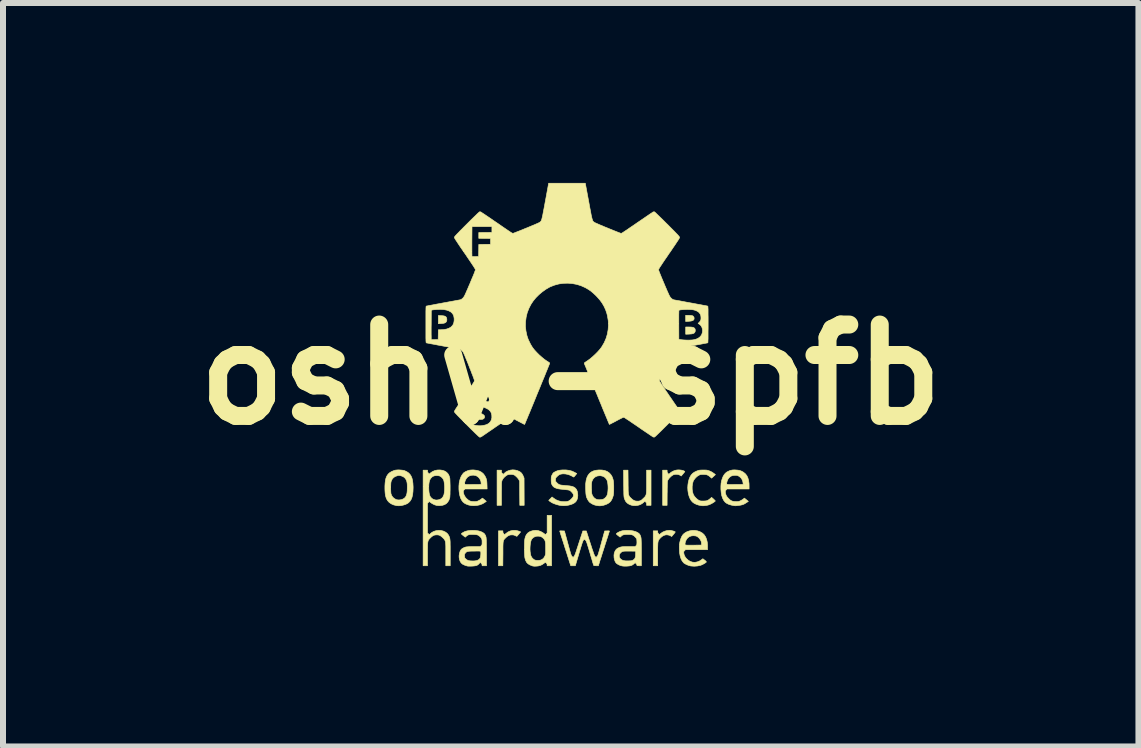
<source format=kicad_pcb>
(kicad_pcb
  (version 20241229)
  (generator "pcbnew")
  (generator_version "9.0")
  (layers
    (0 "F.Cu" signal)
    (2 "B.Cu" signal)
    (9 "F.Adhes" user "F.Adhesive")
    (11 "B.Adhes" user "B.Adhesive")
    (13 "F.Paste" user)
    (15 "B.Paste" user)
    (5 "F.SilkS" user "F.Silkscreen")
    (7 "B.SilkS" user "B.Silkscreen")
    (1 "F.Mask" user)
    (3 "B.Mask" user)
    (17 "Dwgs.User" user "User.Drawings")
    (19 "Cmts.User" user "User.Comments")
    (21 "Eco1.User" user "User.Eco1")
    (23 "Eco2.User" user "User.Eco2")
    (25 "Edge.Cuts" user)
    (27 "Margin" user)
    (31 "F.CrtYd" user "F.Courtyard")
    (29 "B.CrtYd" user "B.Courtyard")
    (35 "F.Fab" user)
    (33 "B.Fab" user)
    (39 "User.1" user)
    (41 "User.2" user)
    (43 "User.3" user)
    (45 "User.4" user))
  (footprint "oshw-spfb"
    (layer "F.Cu")
    (at 6.466 3.196)
    (property "Reference" "oshw-spfb" (at 0 0 0) (layer "F.SilkS") (effects (font (size 1.524 1.524) (thickness 0.3))))
    (attr through_hole)
    (fp_poly (pts (xy -2.16 -0.983) (xy -2.13 -0.981) (xy -2.107 -0.977) (xy -2.09 -0.97) (xy -2.078 -0.96) (xy -2.071 -0.948) (xy -2.066 -0.927) (xy -2.066 -0.905) (xy -2.073 -0.884) (xy -2.076 -0.879) (xy -2.087 -0.868) (xy -2.103 -0.86) (xy -2.127 -0.854) (xy -2.158 -0.851) (xy -2.162 -0.851) (xy -2.207 -0.849) (xy -2.207 -0.985) (xy -2.16 -0.983)) (stroke (width 0.01) (type solid)) (fill yes) (layer "F.SilkS"))
    (fp_poly (pts (xy 1.972 -0.988) (xy 1.996 -0.987) (xy 2.013 -0.985) (xy 2.025 -0.983) (xy 2.033 -0.98) (xy 2.04 -0.976) (xy 2.052 -0.962) (xy 2.058 -0.944) (xy 2.056 -0.926) (xy 2.055 -0.921) (xy 2.046 -0.909) (xy 2.034 -0.901) (xy 2.015 -0.895) (xy 1.99 -0.891) (xy 1.966 -0.889) (xy 1.917 -0.885) (xy 1.917 -0.989) (xy 1.972 -0.988)) (stroke (width 0.01) (type solid)) (fill yes) (layer "F.SilkS"))
    (fp_poly (pts (xy 1.971 -0.794) (xy 2.004 -0.793) (xy 2.03 -0.79) (xy 2.05 -0.784) (xy 2.063 -0.775) (xy 2.068 -0.77) (xy 2.075 -0.756) (xy 2.077 -0.737) (xy 2.075 -0.718) (xy 2.071 -0.71) (xy 2.064 -0.698) (xy 2.052 -0.689) (xy 2.036 -0.683) (xy 2.013 -0.678) (xy 1.983 -0.676) (xy 1.971 -0.675) (xy 1.917 -0.673) (xy 1.917 -0.794) (xy 1.971 -0.794)) (stroke (width 0.01) (type solid)) (fill yes) (layer "F.SilkS"))
    (fp_poly (pts (xy -0.906 2.6) (xy -0.887 2.604) (xy -0.867 2.61) (xy -0.855 2.614) (xy -0.835 2.623) (xy -0.864 2.658) (xy -0.877 2.673) (xy -0.888 2.686) (xy -0.895 2.694) (xy -0.897 2.695) (xy -0.903 2.695) (xy -0.914 2.69) (xy -0.925 2.685) (xy -0.943 2.677) (xy -0.96 2.673) (xy -0.979 2.672) (xy -1.007 2.674) (xy -1.03 2.681) (xy -1.053 2.694) (xy -1.077 2.714) (xy -1.08 2.717) (xy -1.091 2.728) (xy -1.101 2.737) (xy -1.108 2.746) (xy -1.115 2.755) (xy -1.119 2.765) (xy -1.123 2.777) (xy -1.126 2.792) (xy -1.128 2.812) (xy -1.129 2.836) (xy -1.13 2.866) (xy -1.13 2.902) (xy -1.13 2.946) (xy -1.13 2.985) (xy -1.132 3.187) (xy -1.205 3.187) (xy -1.205 2.605) (xy -1.131 2.605) (xy -1.131 2.622) (xy -1.129 2.636) (xy -1.121 2.649) (xy -1.117 2.654) (xy -1.102 2.669) (xy -1.08 2.649) (xy -1.046 2.624) (xy -1.008 2.607) (xy -0.967 2.598) (xy -0.926 2.597) (xy -0.906 2.6)) (stroke (width 0.01) (type solid)) (fill yes) (layer "F.SilkS"))
    (fp_poly (pts (xy 1.662 2.597) (xy 1.679 2.6) (xy 1.698 2.605) (xy 1.717 2.61) (xy 1.732 2.616) (xy 1.741 2.621) (xy 1.743 2.623) (xy 1.741 2.628) (xy 1.734 2.638) (xy 1.724 2.652) (xy 1.714 2.663) (xy 1.683 2.7) (xy 1.667 2.69) (xy 1.648 2.68) (xy 1.624 2.674) (xy 1.601 2.671) (xy 1.585 2.672) (xy 1.556 2.68) (xy 1.53 2.694) (xy 1.504 2.715) (xy 1.494 2.725) (xy 1.484 2.736) (xy 1.476 2.745) (xy 1.469 2.755) (xy 1.463 2.765) (xy 1.459 2.776) (xy 1.456 2.791) (xy 1.453 2.808) (xy 1.452 2.83) (xy 1.451 2.858) (xy 1.45 2.891) (xy 1.45 2.932) (xy 1.45 2.98) (xy 1.45 2.996) (xy 1.45 3.187) (xy 1.376 3.187) (xy 1.376 2.605) (xy 1.45 2.605) (xy 1.45 2.622) (xy 1.452 2.636) (xy 1.46 2.649) (xy 1.465 2.654) (xy 1.479 2.669) (xy 1.5 2.65) (xy 1.53 2.628) (xy 1.567 2.611) (xy 1.606 2.6) (xy 1.645 2.597) (xy 1.662 2.597)) (stroke (width 0.01) (type solid)) (fill yes) (layer "F.SilkS"))
    (fp_poly (pts (xy 1.839 1.592) (xy 1.868 1.598) (xy 1.878 1.602) (xy 1.892 1.608) (xy 1.9 1.614) (xy 1.903 1.616) (xy 1.901 1.62) (xy 1.894 1.629) (xy 1.883 1.643) (xy 1.866 1.663) (xy 1.855 1.676) (xy 1.843 1.691) (xy 1.823 1.678) (xy 1.801 1.668) (xy 1.773 1.663) (xy 1.744 1.663) (xy 1.716 1.669) (xy 1.713 1.67) (xy 1.696 1.679) (xy 1.677 1.693) (xy 1.657 1.712) (xy 1.639 1.731) (xy 1.625 1.751) (xy 1.617 1.766) (xy 1.615 1.773) (xy 1.613 1.783) (xy 1.612 1.796) (xy 1.611 1.815) (xy 1.61 1.839) (xy 1.61 1.87) (xy 1.609 1.908) (xy 1.609 1.954) (xy 1.608 1.982) (xy 1.607 2.18) (xy 1.533 2.18) (xy 1.533 1.593) (xy 1.607 1.593) (xy 1.607 1.613) (xy 1.609 1.628) (xy 1.614 1.639) (xy 1.622 1.648) (xy 1.638 1.663) (xy 1.649 1.65) (xy 1.667 1.634) (xy 1.691 1.618) (xy 1.718 1.605) (xy 1.743 1.596) (xy 1.773 1.59) (xy 1.806 1.589) (xy 1.839 1.592)) (stroke (width 0.01) (type solid)) (fill yes) (layer "F.SilkS"))
    (fp_poly (pts (xy -0.927 1.591) (xy -0.888 1.601) (xy -0.851 1.618) (xy -0.845 1.622) (xy -0.828 1.635) (xy -0.815 1.65) (xy -0.802 1.67) (xy -0.79 1.696) (xy -0.778 1.725) (xy -0.777 1.952) (xy -0.776 2.18) (xy -0.849 2.18) (xy -0.851 1.978) (xy -0.852 1.776) (xy -0.864 1.753) (xy -0.877 1.734) (xy -0.894 1.714) (xy -0.914 1.695) (xy -0.933 1.679) (xy -0.942 1.674) (xy -0.962 1.667) (xy -0.987 1.664) (xy -1.013 1.664) (xy -1.038 1.667) (xy -1.048 1.669) (xy -1.07 1.68) (xy -1.093 1.698) (xy -1.115 1.719) (xy -1.133 1.742) (xy -1.145 1.765) (xy -1.145 1.765) (xy -1.147 1.772) (xy -1.149 1.779) (xy -1.151 1.787) (xy -1.152 1.797) (xy -1.153 1.809) (xy -1.154 1.826) (xy -1.154 1.847) (xy -1.154 1.874) (xy -1.154 1.907) (xy -1.155 1.948) (xy -1.155 1.986) (xy -1.155 2.18) (xy -1.228 2.18) (xy -1.228 1.593) (xy -1.155 1.593) (xy -1.155 1.613) (xy -1.153 1.628) (xy -1.148 1.639) (xy -1.139 1.648) (xy -1.124 1.663) (xy -1.11 1.648) (xy -1.081 1.623) (xy -1.046 1.605) (xy -1.008 1.593) (xy -0.968 1.588) (xy -0.927 1.591)) (stroke (width 0.01) (type solid)) (fill yes) (layer "F.SilkS"))
    (fp_poly (pts (xy 0.957 1.791) (xy 0.957 1.842) (xy 0.958 1.884) (xy 0.958 1.919) (xy 0.959 1.948) (xy 0.961 1.971) (xy 0.963 1.99) (xy 0.966 2.005) (xy 0.971 2.017) (xy 0.976 2.027) (xy 0.983 2.037) (xy 0.991 2.047) (xy 1.002 2.057) (xy 1.006 2.061) (xy 1.032 2.085) (xy 1.058 2.1) (xy 1.085 2.109) (xy 1.108 2.11) (xy 1.132 2.11) (xy 1.151 2.106) (xy 1.168 2.099) (xy 1.185 2.088) (xy 1.204 2.07) (xy 1.213 2.062) (xy 1.225 2.05) (xy 1.235 2.04) (xy 1.243 2.03) (xy 1.249 2.019) (xy 1.255 2.007) (xy 1.258 1.993) (xy 1.261 1.976) (xy 1.263 1.954) (xy 1.264 1.928) (xy 1.265 1.895) (xy 1.265 1.856) (xy 1.265 1.808) (xy 1.265 1.781) (xy 1.265 1.593) (xy 1.339 1.593) (xy 1.339 2.18) (xy 1.265 2.18) (xy 1.265 2.16) (xy 1.264 2.145) (xy 1.258 2.134) (xy 1.25 2.125) (xy 1.235 2.111) (xy 1.217 2.129) (xy 1.189 2.151) (xy 1.156 2.169) (xy 1.119 2.18) (xy 1.08 2.185) (xy 1.044 2.184) (xy 1.007 2.176) (xy 0.973 2.162) (xy 0.945 2.144) (xy 0.923 2.122) (xy 0.918 2.115) (xy 0.909 2.099) (xy 0.9 2.079) (xy 0.895 2.064) (xy 0.892 2.057) (xy 0.891 2.05) (xy 0.889 2.042) (xy 0.888 2.032) (xy 0.887 2.019) (xy 0.886 2.003) (xy 0.885 1.982) (xy 0.885 1.956) (xy 0.884 1.924) (xy 0.884 1.884) (xy 0.883 1.837) (xy 0.883 1.814) (xy 0.881 1.593) (xy 0.955 1.593) (xy 0.957 1.791)) (stroke (width 0.01) (type solid)) (fill yes) (layer "F.SilkS"))
    (fp_poly (pts (xy -0.319 3.187) (xy -0.393 3.187) (xy -0.393 3.172) (xy -0.396 3.156) (xy -0.407 3.142) (xy -0.421 3.128) (xy -0.45 3.15) (xy -0.481 3.17) (xy -0.51 3.183) (xy -0.543 3.191) (xy -0.577 3.194) (xy -0.603 3.195) (xy -0.622 3.193) (xy -0.639 3.19) (xy -0.647 3.187) (xy -0.683 3.172) (xy -0.712 3.154) (xy -0.734 3.132) (xy -0.75 3.103) (xy -0.761 3.068) (xy -0.765 3.051) (xy -0.767 3.031) (xy -0.769 3.003) (xy -0.771 2.97) (xy -0.772 2.934) (xy -0.772 2.912) (xy -0.679 2.912) (xy -0.677 2.949) (xy -0.672 2.984) (xy -0.666 3.014) (xy -0.66 3.029) (xy -0.647 3.052) (xy -0.628 3.072) (xy -0.608 3.087) (xy -0.598 3.092) (xy -0.576 3.097) (xy -0.55 3.098) (xy -0.523 3.097) (xy -0.5 3.092) (xy -0.497 3.091) (xy -0.472 3.078) (xy -0.45 3.058) (xy -0.433 3.031) (xy -0.429 3.021) (xy -0.425 3.012) (xy -0.422 3.003) (xy -0.42 2.992) (xy -0.419 2.979) (xy -0.418 2.962) (xy -0.418 2.939) (xy -0.418 2.908) (xy -0.418 2.898) (xy -0.418 2.859) (xy -0.419 2.828) (xy -0.421 2.804) (xy -0.424 2.785) (xy -0.429 2.769) (xy -0.435 2.756) (xy -0.444 2.743) (xy -0.451 2.734) (xy -0.475 2.713) (xy -0.503 2.699) (xy -0.531 2.694) (xy -0.567 2.694) (xy -0.598 2.703) (xy -0.626 2.718) (xy -0.647 2.74) (xy -0.654 2.75) (xy -0.663 2.772) (xy -0.67 2.801) (xy -0.675 2.836) (xy -0.678 2.873) (xy -0.679 2.912) (xy -0.772 2.912) (xy -0.772 2.896) (xy -0.772 2.857) (xy -0.771 2.821) (xy -0.77 2.788) (xy -0.768 2.761) (xy -0.765 2.741) (xy -0.765 2.74) (xy -0.755 2.701) (xy -0.739 2.669) (xy -0.718 2.643) (xy -0.69 2.623) (xy -0.667 2.612) (xy -0.624 2.6) (xy -0.582 2.596) (xy -0.539 2.602) (xy -0.498 2.617) (xy -0.457 2.641) (xy -0.445 2.65) (xy -0.421 2.669) (xy -0.393 2.639) (xy -0.393 2.346) (xy -0.319 2.346) (xy -0.319 3.187)) (stroke (width 0.01) (type solid)) (fill yes) (layer "F.SilkS"))
    (fp_poly (pts (xy 2.236 1.591) (xy 2.256 1.592) (xy 2.271 1.593) (xy 2.283 1.596) (xy 2.296 1.6) (xy 2.309 1.604) (xy 2.352 1.624) (xy 2.391 1.65) (xy 2.401 1.659) (xy 2.413 1.668) (xy 2.349 1.727) (xy 2.327 1.707) (xy 2.305 1.689) (xy 2.285 1.677) (xy 2.264 1.669) (xy 2.24 1.666) (xy 2.212 1.665) (xy 2.189 1.665) (xy 2.173 1.666) (xy 2.16 1.668) (xy 2.149 1.672) (xy 2.138 1.678) (xy 2.114 1.692) (xy 2.09 1.713) (xy 2.069 1.736) (xy 2.051 1.761) (xy 2.041 1.781) (xy 2.031 1.821) (xy 2.025 1.865) (xy 2.025 1.911) (xy 2.031 1.955) (xy 2.042 1.993) (xy 2.053 2.015) (xy 2.07 2.038) (xy 2.091 2.061) (xy 2.114 2.081) (xy 2.136 2.096) (xy 2.147 2.101) (xy 2.158 2.105) (xy 2.17 2.107) (xy 2.186 2.108) (xy 2.209 2.108) (xy 2.21 2.108) (xy 2.24 2.107) (xy 2.265 2.104) (xy 2.285 2.096) (xy 2.304 2.085) (xy 2.325 2.068) (xy 2.327 2.066) (xy 2.349 2.047) (xy 2.38 2.074) (xy 2.393 2.087) (xy 2.404 2.098) (xy 2.41 2.105) (xy 2.411 2.106) (xy 2.407 2.112) (xy 2.397 2.12) (xy 2.382 2.131) (xy 2.364 2.142) (xy 2.346 2.152) (xy 2.328 2.161) (xy 2.317 2.166) (xy 2.301 2.172) (xy 2.286 2.176) (xy 2.27 2.18) (xy 2.249 2.183) (xy 2.223 2.186) (xy 2.219 2.186) (xy 2.207 2.187) (xy 2.19 2.186) (xy 2.174 2.184) (xy 2.133 2.176) (xy 2.094 2.163) (xy 2.059 2.146) (xy 2.034 2.128) (xy 2.009 2.101) (xy 1.989 2.067) (xy 1.973 2.027) (xy 1.961 1.983) (xy 1.954 1.936) (xy 1.951 1.887) (xy 1.954 1.838) (xy 1.961 1.791) (xy 1.973 1.745) (xy 1.989 1.706) (xy 2.009 1.673) (xy 2.034 1.646) (xy 2.065 1.625) (xy 2.103 1.607) (xy 2.112 1.604) (xy 2.126 1.599) (xy 2.14 1.595) (xy 2.154 1.593) (xy 2.172 1.592) (xy 2.195 1.591) (xy 2.21 1.591) (xy 2.236 1.591)) (stroke (width 0.01) (type solid)) (fill yes) (layer "F.SilkS"))
    (fp_poly (pts (xy -2.835 1.591) (xy -2.805 1.594) (xy -2.78 1.599) (xy -2.77 1.602) (xy -2.735 1.618) (xy -2.705 1.638) (xy -2.681 1.662) (xy -2.662 1.691) (xy -2.647 1.726) (xy -2.637 1.767) (xy -2.631 1.815) (xy -2.628 1.871) (xy -2.628 1.89) (xy -2.63 1.949) (xy -2.636 2) (xy -2.646 2.044) (xy -2.66 2.08) (xy -2.68 2.111) (xy -2.703 2.135) (xy -2.719 2.147) (xy -2.751 2.163) (xy -2.788 2.175) (xy -2.827 2.184) (xy -2.866 2.187) (xy -2.902 2.185) (xy -2.906 2.184) (xy -2.954 2.172) (xy -2.994 2.154) (xy -3.028 2.13) (xy -3.055 2.1) (xy -3.074 2.065) (xy -3.08 2.047) (xy -3.089 2.015) (xy -3.094 1.979) (xy -3.097 1.938) (xy -3.098 1.905) (xy -3.002 1.905) (xy -3.001 1.934) (xy -3 1.959) (xy -2.998 1.979) (xy -2.997 1.986) (xy -2.986 2.016) (xy -2.967 2.044) (xy -2.942 2.066) (xy -2.913 2.082) (xy -2.902 2.086) (xy -2.876 2.09) (xy -2.848 2.089) (xy -2.821 2.084) (xy -2.809 2.08) (xy -2.784 2.068) (xy -2.764 2.052) (xy -2.749 2.032) (xy -2.738 2.007) (xy -2.73 1.976) (xy -2.726 1.938) (xy -2.725 1.892) (xy -2.725 1.891) (xy -2.725 1.854) (xy -2.726 1.825) (xy -2.729 1.802) (xy -2.733 1.783) (xy -2.738 1.766) (xy -2.746 1.751) (xy -2.749 1.745) (xy -2.768 1.72) (xy -2.793 1.702) (xy -2.825 1.689) (xy -2.833 1.687) (xy -2.85 1.683) (xy -2.864 1.682) (xy -2.877 1.683) (xy -2.893 1.687) (xy -2.927 1.699) (xy -2.955 1.718) (xy -2.976 1.742) (xy -2.992 1.774) (xy -2.995 1.785) (xy -2.998 1.799) (xy -3 1.82) (xy -3.001 1.846) (xy -3.002 1.875) (xy -3.002 1.905) (xy -3.098 1.905) (xy -3.098 1.891) (xy -3.098 1.857) (xy -3.095 1.808) (xy -3.09 1.768) (xy -3.083 1.734) (xy -3.073 1.706) (xy -3.06 1.681) (xy -3.043 1.658) (xy -3.035 1.65) (xy -3.015 1.633) (xy -2.988 1.617) (xy -2.958 1.604) (xy -2.929 1.594) (xy -2.921 1.593) (xy -2.896 1.59) (xy -2.866 1.589) (xy -2.835 1.591)) (stroke (width 0.01) (type solid)) (fill yes) (layer "F.SilkS"))
    (fp_poly (pts (xy -1.616 1.59) (xy -1.567 1.596) (xy -1.524 1.608) (xy -1.488 1.627) (xy -1.458 1.652) (xy -1.436 1.681) (xy -1.422 1.706) (xy -1.411 1.73) (xy -1.404 1.755) (xy -1.399 1.783) (xy -1.397 1.817) (xy -1.396 1.839) (xy -1.394 1.907) (xy -1.762 1.907) (xy -1.778 1.923) (xy -1.786 1.933) (xy -1.791 1.941) (xy -1.791 1.951) (xy -1.79 1.965) (xy -1.781 1.999) (xy -1.764 2.032) (xy -1.741 2.062) (xy -1.732 2.07) (xy -1.709 2.09) (xy -1.688 2.104) (xy -1.666 2.112) (xy -1.641 2.116) (xy -1.614 2.117) (xy -1.592 2.117) (xy -1.576 2.116) (xy -1.563 2.113) (xy -1.55 2.109) (xy -1.538 2.103) (xy -1.519 2.093) (xy -1.502 2.083) (xy -1.49 2.074) (xy -1.473 2.059) (xy -1.458 2.07) (xy -1.445 2.081) (xy -1.43 2.093) (xy -1.425 2.098) (xy -1.407 2.113) (xy -1.428 2.128) (xy -1.468 2.153) (xy -1.514 2.171) (xy -1.563 2.182) (xy -1.614 2.186) (xy -1.656 2.184) (xy -1.704 2.174) (xy -1.748 2.157) (xy -1.77 2.145) (xy -1.797 2.123) (xy -1.819 2.093) (xy -1.838 2.055) (xy -1.851 2.01) (xy -1.86 1.958) (xy -1.864 1.914) (xy -1.864 1.856) (xy -1.86 1.816) (xy -1.769 1.816) (xy -1.768 1.822) (xy -1.765 1.826) (xy -1.758 1.83) (xy -1.747 1.832) (xy -1.73 1.833) (xy -1.708 1.833) (xy -1.678 1.833) (xy -1.64 1.832) (xy -1.629 1.832) (xy -1.494 1.831) (xy -1.494 1.806) (xy -1.499 1.775) (xy -1.512 1.746) (xy -1.531 1.719) (xy -1.555 1.698) (xy -1.582 1.684) (xy -1.583 1.684) (xy -1.617 1.677) (xy -1.651 1.678) (xy -1.684 1.687) (xy -1.713 1.703) (xy -1.72 1.709) (xy -1.741 1.733) (xy -1.757 1.762) (xy -1.766 1.792) (xy -1.767 1.797) (xy -1.768 1.808) (xy -1.769 1.816) (xy -1.86 1.816) (xy -1.859 1.801) (xy -1.847 1.75) (xy -1.831 1.706) (xy -1.815 1.677) (xy -1.8 1.656) (xy -1.787 1.64) (xy -1.772 1.629) (xy -1.752 1.617) (xy -1.75 1.616) (xy -1.717 1.602) (xy -1.684 1.593) (xy -1.648 1.59) (xy -1.616 1.59)) (stroke (width 0.01) (type solid)) (fill yes) (layer "F.SilkS"))
    (fp_poly (pts (xy 0.52 1.591) (xy 0.566 1.599) (xy 0.606 1.614) (xy 0.64 1.637) (xy 0.668 1.666) (xy 0.69 1.702) (xy 0.705 1.744) (xy 0.709 1.762) (xy 0.713 1.785) (xy 0.715 1.815) (xy 0.717 1.849) (xy 0.717 1.885) (xy 0.717 1.922) (xy 0.716 1.956) (xy 0.714 1.986) (xy 0.711 2.009) (xy 0.71 2.014) (xy 0.699 2.05) (xy 0.684 2.084) (xy 0.666 2.113) (xy 0.656 2.123) (xy 0.635 2.141) (xy 0.607 2.157) (xy 0.576 2.17) (xy 0.543 2.18) (xy 0.533 2.182) (xy 0.507 2.186) (xy 0.486 2.188) (xy 0.466 2.187) (xy 0.443 2.184) (xy 0.43 2.182) (xy 0.398 2.174) (xy 0.366 2.161) (xy 0.337 2.144) (xy 0.313 2.127) (xy 0.311 2.124) (xy 0.294 2.103) (xy 0.278 2.075) (xy 0.265 2.046) (xy 0.259 2.025) (xy 0.256 2.008) (xy 0.253 1.984) (xy 0.251 1.954) (xy 0.25 1.922) (xy 0.249 1.891) (xy 0.346 1.891) (xy 0.346 1.922) (xy 0.348 1.949) (xy 0.35 1.973) (xy 0.352 1.99) (xy 0.353 1.993) (xy 0.367 2.025) (xy 0.387 2.051) (xy 0.414 2.072) (xy 0.434 2.081) (xy 0.452 2.085) (xy 0.475 2.087) (xy 0.5 2.085) (xy 0.524 2.082) (xy 0.543 2.077) (xy 0.547 2.075) (xy 0.573 2.057) (xy 0.595 2.032) (xy 0.605 2.014) (xy 0.613 1.992) (xy 0.618 1.964) (xy 0.621 1.931) (xy 0.623 1.895) (xy 0.622 1.859) (xy 0.619 1.824) (xy 0.614 1.792) (xy 0.607 1.767) (xy 0.603 1.757) (xy 0.584 1.729) (xy 0.56 1.707) (xy 0.53 1.693) (xy 0.495 1.686) (xy 0.48 1.686) (xy 0.446 1.69) (xy 0.415 1.702) (xy 0.389 1.722) (xy 0.368 1.748) (xy 0.354 1.778) (xy 0.351 1.791) (xy 0.348 1.809) (xy 0.346 1.833) (xy 0.346 1.861) (xy 0.346 1.891) (xy 0.249 1.891) (xy 0.249 1.889) (xy 0.249 1.857) (xy 0.249 1.828) (xy 0.25 1.815) (xy 0.257 1.763) (xy 0.27 1.717) (xy 0.288 1.68) (xy 0.312 1.648) (xy 0.342 1.624) (xy 0.379 1.606) (xy 0.422 1.595) (xy 0.469 1.59) (xy 0.52 1.591)) (stroke (width 0.01) (type solid)) (fill yes) (layer "F.SilkS"))
    (fp_poly (pts (xy 2.117 2.606) (xy 2.163 2.623) (xy 2.163 2.624) (xy 2.196 2.643) (xy 2.223 2.668) (xy 2.244 2.699) (xy 2.251 2.711) (xy 2.266 2.75) (xy 2.276 2.792) (xy 2.281 2.841) (xy 2.281 2.868) (xy 2.281 2.919) (xy 1.914 2.919) (xy 1.898 2.935) (xy 1.889 2.945) (xy 1.885 2.953) (xy 1.884 2.963) (xy 1.885 2.976) (xy 1.891 3.004) (xy 1.902 3.03) (xy 1.919 3.055) (xy 1.932 3.07) (xy 1.964 3.098) (xy 1.998 3.117) (xy 2.034 3.128) (xy 2.072 3.13) (xy 2.11 3.123) (xy 2.148 3.108) (xy 2.185 3.084) (xy 2.186 3.084) (xy 2.203 3.07) (xy 2.218 3.082) (xy 2.238 3.097) (xy 2.251 3.108) (xy 2.258 3.116) (xy 2.261 3.122) (xy 2.26 3.126) (xy 2.259 3.128) (xy 2.25 3.135) (xy 2.236 3.145) (xy 2.217 3.156) (xy 2.198 3.166) (xy 2.18 3.174) (xy 2.168 3.179) (xy 2.114 3.191) (xy 2.059 3.195) (xy 2.004 3.191) (xy 1.993 3.189) (xy 1.965 3.181) (xy 1.936 3.17) (xy 1.909 3.156) (xy 1.887 3.142) (xy 1.879 3.134) (xy 1.856 3.104) (xy 1.838 3.067) (xy 1.824 3.022) (xy 1.815 2.97) (xy 1.812 2.916) (xy 1.811 2.87) (xy 1.813 2.83) (xy 1.814 2.827) (xy 1.906 2.827) (xy 1.908 2.838) (xy 1.908 2.839) (xy 1.912 2.841) (xy 1.92 2.842) (xy 1.933 2.843) (xy 1.952 2.844) (xy 1.978 2.844) (xy 2.012 2.844) (xy 2.048 2.844) (xy 2.182 2.842) (xy 2.181 2.821) (xy 2.177 2.787) (xy 2.164 2.757) (xy 2.144 2.73) (xy 2.138 2.724) (xy 2.119 2.707) (xy 2.1 2.695) (xy 2.078 2.689) (xy 2.052 2.687) (xy 2.04 2.686) (xy 2.006 2.691) (xy 1.976 2.703) (xy 1.95 2.723) (xy 1.929 2.749) (xy 1.914 2.782) (xy 1.907 2.81) (xy 1.906 2.827) (xy 1.814 2.827) (xy 1.819 2.794) (xy 1.828 2.76) (xy 1.838 2.73) (xy 1.853 2.696) (xy 1.87 2.67) (xy 1.891 2.649) (xy 1.918 2.631) (xy 1.93 2.624) (xy 1.975 2.607) (xy 2.022 2.598) (xy 2.07 2.598) (xy 2.117 2.606)) (stroke (width 0.01) (type solid)) (fill yes) (layer "F.SilkS"))
    (fp_poly (pts (xy 2.75 1.59) (xy 2.788 1.593) (xy 2.819 1.599) (xy 2.848 1.61) (xy 2.876 1.625) (xy 2.884 1.631) (xy 2.913 1.655) (xy 2.937 1.686) (xy 2.954 1.722) (xy 2.966 1.765) (xy 2.973 1.815) (xy 2.974 1.858) (xy 2.974 1.907) (xy 2.606 1.907) (xy 2.592 1.923) (xy 2.582 1.934) (xy 2.578 1.947) (xy 2.578 1.962) (xy 2.582 1.983) (xy 2.583 1.989) (xy 2.591 2.011) (xy 2.6 2.029) (xy 2.615 2.048) (xy 2.635 2.069) (xy 2.637 2.071) (xy 2.659 2.091) (xy 2.68 2.104) (xy 2.702 2.112) (xy 2.727 2.116) (xy 2.755 2.117) (xy 2.777 2.117) (xy 2.793 2.116) (xy 2.807 2.113) (xy 2.82 2.108) (xy 2.831 2.103) (xy 2.849 2.093) (xy 2.867 2.083) (xy 2.878 2.074) (xy 2.896 2.059) (xy 2.917 2.077) (xy 2.931 2.088) (xy 2.944 2.099) (xy 2.95 2.104) (xy 2.962 2.114) (xy 2.926 2.137) (xy 2.903 2.152) (xy 2.881 2.163) (xy 2.858 2.171) (xy 2.831 2.177) (xy 2.799 2.182) (xy 2.762 2.186) (xy 2.746 2.187) (xy 2.732 2.186) (xy 2.682 2.177) (xy 2.64 2.165) (xy 2.605 2.149) (xy 2.578 2.13) (xy 2.573 2.125) (xy 2.551 2.097) (xy 2.532 2.06) (xy 2.518 2.017) (xy 2.509 1.967) (xy 2.504 1.911) (xy 2.504 1.86) (xy 2.507 1.815) (xy 2.507 1.814) (xy 2.6 1.814) (xy 2.6 1.821) (xy 2.603 1.826) (xy 2.609 1.829) (xy 2.62 1.831) (xy 2.637 1.833) (xy 2.659 1.833) (xy 2.689 1.833) (xy 2.727 1.832) (xy 2.74 1.832) (xy 2.875 1.831) (xy 2.874 1.81) (xy 2.868 1.777) (xy 2.855 1.746) (xy 2.835 1.719) (xy 2.81 1.698) (xy 2.794 1.689) (xy 2.776 1.682) (xy 2.755 1.679) (xy 2.739 1.679) (xy 2.702 1.683) (xy 2.671 1.694) (xy 2.645 1.714) (xy 2.624 1.74) (xy 2.609 1.773) (xy 2.604 1.793) (xy 2.601 1.805) (xy 2.6 1.814) (xy 2.507 1.814) (xy 2.514 1.775) (xy 2.524 1.741) (xy 2.539 1.702) (xy 2.557 1.671) (xy 2.577 1.646) (xy 2.601 1.626) (xy 2.618 1.617) (xy 2.647 1.603) (xy 2.674 1.595) (xy 2.701 1.59) (xy 2.733 1.589) (xy 2.75 1.59)) (stroke (width 0.01) (type solid)) (fill yes) (layer "F.SilkS"))
    (fp_poly (pts (xy -0.077 1.59) (xy -0.024 1.597) (xy 0.023 1.61) (xy 0.067 1.631) (xy 0.072 1.634) (xy 0.101 1.65) (xy 0.077 1.679) (xy 0.066 1.693) (xy 0.056 1.703) (xy 0.051 1.708) (xy 0.05 1.708) (xy 0.045 1.706) (xy 0.034 1.701) (xy 0.022 1.693) (xy -0.014 1.676) (xy -0.052 1.663) (xy -0.091 1.656) (xy -0.129 1.654) (xy -0.163 1.659) (xy -0.168 1.66) (xy -0.185 1.666) (xy -0.2 1.675) (xy -0.216 1.688) (xy -0.223 1.695) (xy -0.237 1.708) (xy -0.245 1.718) (xy -0.25 1.727) (xy -0.252 1.737) (xy -0.253 1.749) (xy -0.255 1.777) (xy -0.233 1.801) (xy -0.22 1.814) (xy -0.208 1.824) (xy -0.195 1.832) (xy -0.179 1.838) (xy -0.16 1.842) (xy -0.134 1.845) (xy -0.102 1.848) (xy -0.087 1.85) (xy -0.051 1.853) (xy -0.024 1.855) (xy -0.002 1.859) (xy 0.016 1.862) (xy 0.031 1.867) (xy 0.045 1.872) (xy 0.057 1.878) (xy 0.08 1.895) (xy 0.098 1.919) (xy 0.11 1.95) (xy 0.116 1.989) (xy 0.118 2.016) (xy 0.114 2.055) (xy 0.104 2.088) (xy 0.087 2.116) (xy 0.084 2.12) (xy 0.063 2.138) (xy 0.035 2.154) (xy 0.001 2.167) (xy -0.037 2.177) (xy -0.077 2.184) (xy -0.119 2.186) (xy -0.155 2.184) (xy -0.192 2.178) (xy -0.231 2.168) (xy -0.269 2.155) (xy -0.305 2.14) (xy -0.335 2.122) (xy -0.351 2.111) (xy -0.367 2.097) (xy -0.339 2.069) (xy -0.311 2.04) (xy -0.286 2.06) (xy -0.245 2.087) (xy -0.199 2.106) (xy -0.15 2.117) (xy -0.099 2.119) (xy -0.093 2.119) (xy -0.064 2.116) (xy -0.042 2.111) (xy -0.023 2.101) (xy -0.004 2.087) (xy 0.009 2.075) (xy 0.03 2.052) (xy 0.043 2.031) (xy 0.046 2.011) (xy 0.041 1.991) (xy 0.027 1.97) (xy 0.012 1.955) (xy 0.002 1.945) (xy -0.006 1.938) (xy -0.014 1.932) (xy -0.023 1.928) (xy -0.035 1.925) (xy -0.051 1.922) (xy -0.072 1.92) (xy -0.1 1.917) (xy -0.127 1.914) (xy -0.174 1.909) (xy -0.212 1.903) (xy -0.243 1.894) (xy -0.267 1.884) (xy -0.286 1.871) (xy -0.301 1.855) (xy -0.313 1.835) (xy -0.313 1.834) (xy -0.319 1.822) (xy -0.322 1.81) (xy -0.324 1.798) (xy -0.325 1.781) (xy -0.326 1.758) (xy -0.326 1.755) (xy -0.325 1.731) (xy -0.325 1.715) (xy -0.323 1.702) (xy -0.32 1.691) (xy -0.314 1.679) (xy -0.31 1.671) (xy -0.3 1.652) (xy -0.29 1.639) (xy -0.278 1.629) (xy -0.273 1.627) (xy -0.245 1.612) (xy -0.215 1.601) (xy -0.182 1.594) (xy -0.143 1.59) (xy -0.135 1.59) (xy -0.077 1.59)) (stroke (width 0.01) (type solid)) (fill yes) (layer "F.SilkS"))
    (fp_poly (pts (xy 0.974 2.598) (xy 0.992 2.599) (xy 1.04 2.606) (xy 1.08 2.617) (xy 1.112 2.631) (xy 1.137 2.648) (xy 1.152 2.666) (xy 1.157 2.676) (xy 1.162 2.686) (xy 1.166 2.696) (xy 1.169 2.707) (xy 1.172 2.721) (xy 1.174 2.738) (xy 1.175 2.759) (xy 1.176 2.785) (xy 1.177 2.817) (xy 1.177 2.855) (xy 1.178 2.9) (xy 1.178 2.954) (xy 1.178 3.187) (xy 1.141 3.187) (xy 1.122 3.186) (xy 1.111 3.186) (xy 1.106 3.184) (xy 1.104 3.18) (xy 1.104 3.176) (xy 1.101 3.167) (xy 1.093 3.155) (xy 1.089 3.151) (xy 1.074 3.136) (xy 1.053 3.156) (xy 1.027 3.175) (xy 1.006 3.184) (xy 0.984 3.189) (xy 0.957 3.192) (xy 0.926 3.194) (xy 0.895 3.194) (xy 0.868 3.192) (xy 0.852 3.189) (xy 0.826 3.182) (xy 0.801 3.171) (xy 0.778 3.158) (xy 0.761 3.145) (xy 0.756 3.141) (xy 0.741 3.117) (xy 0.73 3.087) (xy 0.723 3.054) (xy 0.722 3.025) (xy 0.809 3.025) (xy 0.809 3.028) (xy 0.814 3.049) (xy 0.825 3.067) (xy 0.843 3.083) (xy 0.843 3.083) (xy 0.862 3.094) (xy 0.887 3.102) (xy 0.917 3.106) (xy 0.955 3.106) (xy 0.964 3.106) (xy 0.989 3.105) (xy 1.006 3.104) (xy 1.019 3.101) (xy 1.031 3.097) (xy 1.038 3.093) (xy 1.055 3.082) (xy 1.068 3.067) (xy 1.076 3.048) (xy 1.081 3.022) (xy 1.082 2.991) (xy 1.083 2.944) (xy 0.987 2.943) (xy 0.949 2.943) (xy 0.919 2.943) (xy 0.896 2.944) (xy 0.878 2.946) (xy 0.865 2.95) (xy 0.854 2.954) (xy 0.844 2.961) (xy 0.838 2.966) (xy 0.82 2.985) (xy 0.811 3.004) (xy 0.809 3.025) (xy 0.722 3.025) (xy 0.721 3.02) (xy 0.724 2.988) (xy 0.727 2.976) (xy 0.738 2.945) (xy 0.753 2.921) (xy 0.771 2.903) (xy 0.797 2.888) (xy 0.827 2.877) (xy 0.837 2.874) (xy 0.849 2.872) (xy 0.862 2.87) (xy 0.879 2.869) (xy 0.901 2.868) (xy 0.929 2.868) (xy 0.965 2.868) (xy 1.074 2.868) (xy 1.089 2.853) (xy 1.096 2.845) (xy 1.1 2.839) (xy 1.102 2.83) (xy 1.103 2.818) (xy 1.104 2.8) (xy 1.104 2.792) (xy 1.103 2.772) (xy 1.102 2.754) (xy 1.1 2.741) (xy 1.099 2.737) (xy 1.093 2.729) (xy 1.083 2.717) (xy 1.07 2.703) (xy 1.07 2.703) (xy 1.054 2.688) (xy 1.038 2.678) (xy 1.02 2.671) (xy 0.998 2.667) (xy 0.97 2.665) (xy 0.949 2.665) (xy 0.916 2.666) (xy 0.891 2.669) (xy 0.87 2.674) (xy 0.854 2.683) (xy 0.841 2.695) (xy 0.824 2.71) (xy 0.791 2.685) (xy 0.775 2.672) (xy 0.764 2.662) (xy 0.76 2.655) (xy 0.76 2.654) (xy 0.766 2.648) (xy 0.777 2.639) (xy 0.793 2.63) (xy 0.81 2.621) (xy 0.827 2.613) (xy 0.831 2.612) (xy 0.86 2.604) (xy 0.896 2.599) (xy 0.935 2.597) (xy 0.974 2.598)) (stroke (width 0.01) (type solid)) (fill yes) (layer "F.SilkS"))
    (fp_poly (pts (xy 0.638 2.606) (xy 0.644 2.607) (xy 0.645 2.61) (xy 0.645 2.611) (xy 0.643 2.617) (xy 0.639 2.63) (xy 0.632 2.651) (xy 0.624 2.677) (xy 0.614 2.709) (xy 0.602 2.744) (xy 0.59 2.783) (xy 0.576 2.825) (xy 0.563 2.867) (xy 0.549 2.911) (xy 0.535 2.953) (xy 0.522 2.994) (xy 0.51 3.033) (xy 0.498 3.069) (xy 0.488 3.1) (xy 0.48 3.127) (xy 0.474 3.147) (xy 0.469 3.16) (xy 0.468 3.165) (xy 0.461 3.187) (xy 0.423 3.187) (xy 0.403 3.186) (xy 0.391 3.185) (xy 0.385 3.183) (xy 0.382 3.179) (xy 0.381 3.178) (xy 0.38 3.172) (xy 0.376 3.159) (xy 0.369 3.138) (xy 0.361 3.111) (xy 0.352 3.079) (xy 0.341 3.043) (xy 0.329 3.003) (xy 0.321 2.974) (xy 0.307 2.927) (xy 0.295 2.888) (xy 0.285 2.856) (xy 0.277 2.831) (xy 0.271 2.811) (xy 0.265 2.795) (xy 0.261 2.784) (xy 0.257 2.776) (xy 0.253 2.769) (xy 0.249 2.764) (xy 0.246 2.76) (xy 0.229 2.743) (xy 0.214 2.758) (xy 0.211 2.762) (xy 0.207 2.768) (xy 0.203 2.776) (xy 0.199 2.787) (xy 0.193 2.802) (xy 0.187 2.821) (xy 0.179 2.846) (xy 0.169 2.877) (xy 0.158 2.914) (xy 0.144 2.96) (xy 0.138 2.98) (xy 0.077 3.187) (xy 0.000469 3.187) (xy -0.026 3.105) (xy -0.033 3.082) (xy -0.042 3.053) (xy -0.054 3.017) (xy -0.066 2.977) (xy -0.08 2.934) (xy -0.095 2.889) (xy -0.109 2.843) (xy -0.116 2.822) (xy -0.129 2.78) (xy -0.142 2.741) (xy -0.153 2.706) (xy -0.163 2.675) (xy -0.171 2.649) (xy -0.177 2.629) (xy -0.181 2.617) (xy -0.183 2.613) (xy -0.183 2.609) (xy -0.181 2.606) (xy -0.173 2.605) (xy -0.159 2.605) (xy -0.145 2.606) (xy -0.105 2.607) (xy -0.049 2.811) (xy -0.036 2.859) (xy -0.025 2.899) (xy -0.016 2.932) (xy -0.008 2.958) (xy -0.002 2.979) (xy 0.003 2.995) (xy 0.008 3.007) (xy 0.012 3.016) (xy 0.015 3.022) (xy 0.019 3.027) (xy 0.023 3.031) (xy 0.023 3.032) (xy 0.039 3.048) (xy 0.054 3.033) (xy 0.058 3.029) (xy 0.061 3.023) (xy 0.066 3.014) (xy 0.071 3.003) (xy 0.077 2.988) (xy 0.084 2.968) (xy 0.093 2.942) (xy 0.103 2.91) (xy 0.116 2.871) (xy 0.131 2.825) (xy 0.135 2.812) (xy 0.202 2.607) (xy 0.26 2.607) (xy 0.326 2.812) (xy 0.342 2.861) (xy 0.355 2.902) (xy 0.367 2.935) (xy 0.376 2.962) (xy 0.383 2.984) (xy 0.39 3) (xy 0.395 3.013) (xy 0.399 3.022) (xy 0.403 3.028) (xy 0.407 3.033) (xy 0.408 3.033) (xy 0.422 3.048) (xy 0.438 3.032) (xy 0.442 3.028) (xy 0.446 3.023) (xy 0.449 3.017) (xy 0.453 3.009) (xy 0.457 2.998) (xy 0.462 2.983) (xy 0.468 2.963) (xy 0.475 2.938) (xy 0.484 2.907) (xy 0.495 2.868) (xy 0.507 2.822) (xy 0.51 2.811) (xy 0.566 2.607) (xy 0.607 2.606) (xy 0.626 2.605) (xy 0.638 2.606)) (stroke (width 0.01) (type solid)) (fill yes) (layer "F.SilkS"))
    (fp_poly (pts (xy -1.595 2.598) (xy -1.552 2.604) (xy -1.534 2.607) (xy -1.503 2.616) (xy -1.475 2.628) (xy -1.453 2.642) (xy -1.437 2.656) (xy -1.435 2.66) (xy -1.429 2.669) (xy -1.423 2.678) (xy -1.419 2.686) (xy -1.416 2.696) (xy -1.413 2.707) (xy -1.41 2.721) (xy -1.409 2.738) (xy -1.407 2.76) (xy -1.407 2.787) (xy -1.406 2.819) (xy -1.406 2.859) (xy -1.405 2.906) (xy -1.405 2.954) (xy -1.404 3.187) (xy -1.478 3.187) (xy -1.478 3.174) (xy -1.482 3.159) (xy -1.493 3.146) (xy -1.509 3.131) (xy -1.53 3.154) (xy -1.546 3.17) (xy -1.563 3.18) (xy -1.575 3.184) (xy -1.593 3.188) (xy -1.616 3.191) (xy -1.643 3.193) (xy -1.671 3.194) (xy -1.696 3.194) (xy -1.717 3.193) (xy -1.725 3.191) (xy -1.748 3.185) (xy -1.774 3.175) (xy -1.797 3.164) (xy -1.807 3.158) (xy -1.827 3.14) (xy -1.843 3.115) (xy -1.854 3.085) (xy -1.86 3.052) (xy -1.861 3.023) (xy -1.771 3.023) (xy -1.771 3.04) (xy -1.768 3.051) (xy -1.763 3.06) (xy -1.755 3.069) (xy -1.734 3.087) (xy -1.712 3.098) (xy -1.693 3.103) (xy -1.669 3.106) (xy -1.641 3.107) (xy -1.611 3.107) (xy -1.585 3.104) (xy -1.568 3.101) (xy -1.541 3.09) (xy -1.52 3.074) (xy -1.508 3.053) (xy -1.506 3.046) (xy -1.503 3.029) (xy -1.5 3.009) (xy -1.499 2.988) (xy -1.499 2.969) (xy -1.501 2.955) (xy -1.503 2.949) (xy -1.505 2.946) (xy -1.51 2.944) (xy -1.519 2.943) (xy -1.531 2.942) (xy -1.55 2.942) (xy -1.575 2.942) (xy -1.608 2.943) (xy -1.61 2.943) (xy -1.647 2.943) (xy -1.677 2.944) (xy -1.7 2.946) (xy -1.717 2.949) (xy -1.73 2.953) (xy -1.74 2.959) (xy -1.749 2.966) (xy -1.757 2.976) (xy -1.759 2.978) (xy -1.766 2.989) (xy -1.77 3.001) (xy -1.771 3.016) (xy -1.771 3.023) (xy -1.861 3.023) (xy -1.861 3.018) (xy -1.856 2.984) (xy -1.846 2.951) (xy -1.844 2.945) (xy -1.834 2.927) (xy -1.825 2.914) (xy -1.813 2.904) (xy -1.807 2.9) (xy -1.791 2.891) (xy -1.776 2.883) (xy -1.759 2.877) (xy -1.741 2.873) (xy -1.718 2.871) (xy -1.691 2.869) (xy -1.657 2.868) (xy -1.617 2.868) (xy -1.507 2.868) (xy -1.493 2.853) (xy -1.486 2.845) (xy -1.481 2.838) (xy -1.479 2.83) (xy -1.478 2.817) (xy -1.478 2.797) (xy -1.478 2.795) (xy -1.478 2.769) (xy -1.481 2.75) (xy -1.486 2.735) (xy -1.494 2.722) (xy -1.506 2.708) (xy -1.507 2.707) (xy -1.523 2.692) (xy -1.537 2.681) (xy -1.553 2.674) (xy -1.573 2.669) (xy -1.597 2.667) (xy -1.621 2.666) (xy -1.654 2.665) (xy -1.679 2.666) (xy -1.699 2.67) (xy -1.715 2.676) (xy -1.729 2.685) (xy -1.739 2.693) (xy -1.758 2.711) (xy -1.791 2.685) (xy -1.806 2.673) (xy -1.817 2.663) (xy -1.823 2.657) (xy -1.824 2.655) (xy -1.82 2.65) (xy -1.81 2.642) (xy -1.796 2.633) (xy -1.779 2.624) (xy -1.762 2.616) (xy -1.757 2.614) (xy -1.723 2.605) (xy -1.683 2.599) (xy -1.64 2.597) (xy -1.595 2.598)) (stroke (width 0.01) (type solid)) (fill yes) (layer "F.SilkS"))
    (fp_poly (pts (xy -2.179 1.59) (xy -2.136 1.596) (xy -2.1 1.609) (xy -2.069 1.629) (xy -2.045 1.655) (xy -2.027 1.689) (xy -2.018 1.72) (xy -2.015 1.734) (xy -2.014 1.756) (xy -2.013 1.784) (xy -2.012 1.816) (xy -2.011 1.851) (xy -2.011 1.888) (xy -2.011 1.925) (xy -2.012 1.96) (xy -2.012 1.992) (xy -2.014 2.019) (xy -2.015 2.041) (xy -2.017 2.055) (xy -2.018 2.055) (xy -2.031 2.094) (xy -2.051 2.126) (xy -2.076 2.152) (xy -2.108 2.17) (xy -2.146 2.181) (xy -2.19 2.185) (xy -2.194 2.185) (xy -2.234 2.182) (xy -2.27 2.171) (xy -2.306 2.153) (xy -2.325 2.141) (xy -2.359 2.116) (xy -2.373 2.131) (xy -2.388 2.146) (xy -2.388 2.64) (xy -2.372 2.655) (xy -2.357 2.669) (xy -2.339 2.651) (xy -2.313 2.63) (xy -2.28 2.613) (xy -2.244 2.602) (xy -2.206 2.597) (xy -2.169 2.598) (xy -2.164 2.599) (xy -2.123 2.609) (xy -2.088 2.626) (xy -2.06 2.647) (xy -2.039 2.674) (xy -2.037 2.678) (xy -2.031 2.69) (xy -2.026 2.701) (xy -2.021 2.712) (xy -2.018 2.725) (xy -2.015 2.739) (xy -2.013 2.755) (xy -2.011 2.776) (xy -2.01 2.801) (xy -2.01 2.831) (xy -2.009 2.868) (xy -2.009 2.912) (xy -2.009 2.964) (xy -2.009 2.973) (xy -2.009 3.187) (xy -2.083 3.187) (xy -2.083 2.995) (xy -2.083 2.944) (xy -2.083 2.901) (xy -2.083 2.865) (xy -2.084 2.836) (xy -2.086 2.812) (xy -2.088 2.793) (xy -2.092 2.777) (xy -2.097 2.765) (xy -2.103 2.754) (xy -2.11 2.744) (xy -2.119 2.733) (xy -2.131 2.722) (xy -2.136 2.717) (xy -2.159 2.697) (xy -2.18 2.683) (xy -2.201 2.675) (xy -2.226 2.672) (xy -2.235 2.672) (xy -2.261 2.674) (xy -2.282 2.679) (xy -2.302 2.69) (xy -2.323 2.706) (xy -2.337 2.72) (xy -2.349 2.731) (xy -2.358 2.741) (xy -2.366 2.751) (xy -2.373 2.761) (xy -2.377 2.772) (xy -2.381 2.785) (xy -2.384 2.802) (xy -2.386 2.823) (xy -2.387 2.848) (xy -2.387 2.88) (xy -2.388 2.919) (xy -2.388 2.965) (xy -2.388 2.993) (xy -2.388 3.187) (xy -2.461 3.187) (xy -2.461 1.902) (xy -2.367 1.902) (xy -2.365 1.939) (xy -2.361 1.974) (xy -2.354 2.004) (xy -2.346 2.027) (xy -2.346 2.028) (xy -2.334 2.045) (xy -2.318 2.062) (xy -2.3 2.075) (xy -2.285 2.082) (xy -2.265 2.088) (xy -2.248 2.091) (xy -2.232 2.091) (xy -2.213 2.089) (xy -2.206 2.088) (xy -2.175 2.078) (xy -2.149 2.061) (xy -2.13 2.038) (xy -2.116 2.007) (xy -2.113 1.998) (xy -2.108 1.97) (xy -2.104 1.937) (xy -2.103 1.901) (xy -2.103 1.864) (xy -2.106 1.829) (xy -2.11 1.796) (xy -2.115 1.769) (xy -2.12 1.755) (xy -2.133 1.733) (xy -2.151 1.713) (xy -2.172 1.697) (xy -2.187 1.69) (xy -2.211 1.685) (xy -2.239 1.684) (xy -2.266 1.686) (xy -2.287 1.692) (xy -2.309 1.704) (xy -2.329 1.724) (xy -2.345 1.747) (xy -2.353 1.764) (xy -2.36 1.792) (xy -2.365 1.826) (xy -2.367 1.863) (xy -2.367 1.902) (xy -2.461 1.902) (xy -2.461 1.593) (xy -2.388 1.593) (xy -2.388 1.61) (xy -2.385 1.625) (xy -2.377 1.638) (xy -2.373 1.643) (xy -2.358 1.658) (xy -2.341 1.642) (xy -2.307 1.618) (xy -2.269 1.601) (xy -2.226 1.591) (xy -2.181 1.59) (xy -2.179 1.59)) (stroke (width 0.01) (type solid)) (fill yes) (layer "F.SilkS"))
    (fp_poly (pts (xy 0.3 -2.885) (xy 0.311 -2.824) (xy 0.321 -2.77) (xy 0.33 -2.725) (xy 0.337 -2.686) (xy 0.343 -2.654) (xy 0.349 -2.628) (xy 0.354 -2.607) (xy 0.359 -2.59) (xy 0.363 -2.577) (xy 0.367 -2.567) (xy 0.371 -2.559) (xy 0.376 -2.553) (xy 0.381 -2.548) (xy 0.387 -2.544) (xy 0.393 -2.539) (xy 0.394 -2.538) (xy 0.401 -2.535) (xy 0.415 -2.528) (xy 0.436 -2.519) (xy 0.463 -2.507) (xy 0.493 -2.494) (xy 0.528 -2.48) (xy 0.564 -2.464) (xy 0.602 -2.449) (xy 0.64 -2.433) (xy 0.678 -2.418) (xy 0.714 -2.403) (xy 0.747 -2.39) (xy 0.777 -2.378) (xy 0.802 -2.368) (xy 0.822 -2.361) (xy 0.834 -2.356) (xy 0.839 -2.355) (xy 0.842 -2.355) (xy 0.845 -2.356) (xy 0.849 -2.358) (xy 0.854 -2.36) (xy 0.862 -2.365) (xy 0.872 -2.371) (xy 0.885 -2.38) (xy 0.902 -2.391) (xy 0.923 -2.405) (xy 0.949 -2.422) (xy 0.98 -2.444) (xy 1.017 -2.469) (xy 1.06 -2.498) (xy 1.11 -2.533) (xy 1.134 -2.549) (xy 1.175 -2.577) (xy 1.215 -2.604) (xy 1.251 -2.629) (xy 1.285 -2.652) (xy 1.314 -2.672) (xy 1.338 -2.688) (xy 1.357 -2.7) (xy 1.369 -2.709) (xy 1.375 -2.712) (xy 1.375 -2.712) (xy 1.387 -2.715) (xy 1.396 -2.714) (xy 1.401 -2.71) (xy 1.412 -2.701) (xy 1.428 -2.685) (xy 1.449 -2.665) (xy 1.474 -2.641) (xy 1.503 -2.613) (xy 1.535 -2.582) (xy 1.569 -2.548) (xy 1.605 -2.512) (xy 1.611 -2.507) (xy 1.653 -2.464) (xy 1.689 -2.428) (xy 1.719 -2.398) (xy 1.744 -2.372) (xy 1.764 -2.351) (xy 1.781 -2.334) (xy 1.793 -2.32) (xy 1.802 -2.31) (xy 1.808 -2.302) (xy 1.812 -2.296) (xy 1.814 -2.291) (xy 1.815 -2.288) (xy 1.815 -2.288) (xy 1.814 -2.283) (xy 1.811 -2.276) (xy 1.805 -2.265) (xy 1.796 -2.25) (xy 1.784 -2.231) (xy 1.768 -2.208) (xy 1.749 -2.178) (xy 1.725 -2.143) (xy 1.697 -2.102) (xy 1.665 -2.054) (xy 1.639 -2.018) (xy 1.603 -1.964) (xy 1.571 -1.918) (xy 1.544 -1.878) (xy 1.522 -1.845) (xy 1.504 -1.817) (xy 1.489 -1.795) (xy 1.478 -1.777) (xy 1.471 -1.764) (xy 1.466 -1.755) (xy 1.464 -1.749) (xy 1.464 -1.748) (xy 1.466 -1.741) (xy 1.471 -1.727) (xy 1.479 -1.705) (xy 1.49 -1.678) (xy 1.503 -1.646) (xy 1.518 -1.609) (xy 1.535 -1.569) (xy 1.553 -1.526) (xy 1.557 -1.517) (xy 1.577 -1.469) (xy 1.595 -1.428) (xy 1.609 -1.394) (xy 1.622 -1.366) (xy 1.632 -1.344) (xy 1.64 -1.326) (xy 1.647 -1.313) (xy 1.653 -1.302) (xy 1.658 -1.294) (xy 1.663 -1.288) (xy 1.668 -1.282) (xy 1.673 -1.276) (xy 1.674 -1.276) (xy 1.687 -1.264) (xy 1.7 -1.254) (xy 1.709 -1.25) (xy 1.709 -1.25) (xy 1.716 -1.248) (xy 1.73 -1.245) (xy 1.752 -1.241) (xy 1.781 -1.236) (xy 1.816 -1.23) (xy 1.855 -1.222) (xy 1.899 -1.214) (xy 1.946 -1.205) (xy 1.996 -1.196) (xy 1.997 -1.196) (xy 2.047 -1.187) (xy 2.094 -1.178) (xy 2.137 -1.17) (xy 2.177 -1.163) (xy 2.211 -1.156) (xy 2.24 -1.151) (xy 2.262 -1.147) (xy 2.276 -1.144) (xy 2.282 -1.142) (xy 2.283 -1.142) (xy 2.284 -1.142) (xy 2.286 -1.139) (xy 2.287 -1.135) (xy 2.288 -1.129) (xy 2.288 -1.119) (xy 2.289 -1.105) (xy 2.29 -1.087) (xy 2.29 -1.064) (xy 2.29 -1.035) (xy 2.29 -0.999) (xy 2.291 -0.957) (xy 2.291 -0.906) (xy 2.291 -0.847) (xy 2.291 -0.836) (xy 2.291 -0.773) (xy 2.29 -0.719) (xy 2.29 -0.673) (xy 2.29 -0.634) (xy 2.29 -0.602) (xy 2.289 -0.577) (xy 2.288 -0.558) (xy 2.288 -0.544) (xy 2.287 -0.536) (xy 2.286 -0.531) (xy 2.285 -0.53) (xy 2.279 -0.529) (xy 2.266 -0.526) (xy 2.244 -0.522) (xy 2.216 -0.517) (xy 2.183 -0.51) (xy 2.144 -0.503) (xy 2.1 -0.495) (xy 2.053 -0.486) (xy 2.004 -0.477) (xy 1.995 -0.475) (xy 1.711 -0.423) (xy 1.688 -0.4) (xy 1.683 -0.394) (xy 1.678 -0.389) (xy 1.674 -0.383) (xy 1.669 -0.375) (xy 1.663 -0.365) (xy 1.657 -0.352) (xy 1.65 -0.335) (xy 1.641 -0.313) (xy 1.63 -0.287) (xy 1.616 -0.254) (xy 1.6 -0.214) (xy 1.582 -0.167) (xy 1.574 -0.148) (xy 1.557 -0.104) (xy 1.54 -0.063) (xy 1.525 -0.025) (xy 1.512 0.009) (xy 1.501 0.038) (xy 1.491 0.061) (xy 1.485 0.078) (xy 1.481 0.087) (xy 1.481 0.089) (xy 1.48 0.099) (xy 1.482 0.109) (xy 1.485 0.115) (xy 1.493 0.128) (xy 1.506 0.148) (xy 1.522 0.172) (xy 1.542 0.202) (xy 1.564 0.235) (xy 1.589 0.273) (xy 1.617 0.313) (xy 1.645 0.355) (xy 1.65 0.362) (xy 1.685 0.413) (xy 1.715 0.457) (xy 1.741 0.495) (xy 1.762 0.526) (xy 1.779 0.552) (xy 1.792 0.573) (xy 1.802 0.589) (xy 1.809 0.601) (xy 1.813 0.609) (xy 1.815 0.615) (xy 1.815 0.616) (xy 1.814 0.619) (xy 1.812 0.624) (xy 1.809 0.63) (xy 1.802 0.638) (xy 1.793 0.648) (xy 1.781 0.662) (xy 1.765 0.679) (xy 1.745 0.7) (xy 1.72 0.725) (xy 1.689 0.756) (xy 1.654 0.792) (xy 1.612 0.833) (xy 1.611 0.835) (xy 1.574 0.871) (xy 1.54 0.905) (xy 1.508 0.937) (xy 1.479 0.965) (xy 1.453 0.99) (xy 1.431 1.011) (xy 1.414 1.027) (xy 1.402 1.037) (xy 1.396 1.042) (xy 1.396 1.042) (xy 1.383 1.042) (xy 1.375 1.04) (xy 1.369 1.037) (xy 1.357 1.029) (xy 1.338 1.016) (xy 1.314 1) (xy 1.285 0.98) (xy 1.252 0.958) (xy 1.215 0.933) (xy 1.175 0.906) (xy 1.134 0.877) (xy 1.132 0.876) (xy 1.09 0.847) (xy 1.05 0.82) (xy 1.013 0.795) (xy 0.98 0.772) (xy 0.951 0.753) (xy 0.926 0.737) (xy 0.907 0.724) (xy 0.894 0.716) (xy 0.888 0.713) (xy 0.888 0.713) (xy 0.885 0.712) (xy 0.881 0.712) (xy 0.876 0.713) (xy 0.869 0.716) (xy 0.86 0.72) (xy 0.846 0.727) (xy 0.828 0.736) (xy 0.804 0.748) (xy 0.774 0.764) (xy 0.737 0.784) (xy 0.733 0.786) (xy 0.707 0.8) (xy 0.684 0.811) (xy 0.666 0.821) (xy 0.652 0.827) (xy 0.645 0.83) (xy 0.645 0.831) (xy 0.642 0.826) (xy 0.637 0.813) (xy 0.628 0.793) (xy 0.617 0.766) (xy 0.604 0.734) (xy 0.588 0.696) (xy 0.57 0.653) (xy 0.551 0.607) (xy 0.53 0.557) (xy 0.509 0.504) (xy 0.486 0.449) (xy 0.463 0.393) (xy 0.44 0.336) (xy 0.416 0.279) (xy 0.393 0.222) (xy 0.37 0.166) (xy 0.348 0.113) (xy 0.327 0.061) (xy 0.307 0.013) (xy 0.289 -0.031) (xy 0.273 -0.072) (xy 0.259 -0.107) (xy 0.247 -0.136) (xy 0.237 -0.159) (xy 0.231 -0.175) (xy 0.228 -0.184) (xy 0.227 -0.185) (xy 0.227 -0.193) (xy 0.232 -0.199) (xy 0.242 -0.207) (xy 0.248 -0.21) (xy 0.285 -0.235) (xy 0.326 -0.265) (xy 0.367 -0.3) (xy 0.408 -0.338) (xy 0.446 -0.376) (xy 0.481 -0.415) (xy 0.509 -0.451) (xy 0.518 -0.464) (xy 0.558 -0.532) (xy 0.589 -0.603) (xy 0.611 -0.676) (xy 0.624 -0.751) (xy 0.629 -0.827) (xy 0.626 -0.891) (xy 1.802 -0.891) (xy 1.802 -0.846) (xy 1.802 -0.829) (xy 1.803 -0.589) (xy 1.822 -0.585) (xy 1.849 -0.581) (xy 1.882 -0.578) (xy 1.919 -0.576) (xy 1.958 -0.575) (xy 1.995 -0.576) (xy 2.029 -0.578) (xy 2.055 -0.582) (xy 2.093 -0.592) (xy 2.127 -0.608) (xy 2.155 -0.629) (xy 2.176 -0.654) (xy 2.184 -0.668) (xy 2.194 -0.699) (xy 2.198 -0.731) (xy 2.195 -0.762) (xy 2.186 -0.791) (xy 2.171 -0.816) (xy 2.151 -0.836) (xy 2.143 -0.841) (xy 2.132 -0.848) (xy 2.125 -0.853) (xy 2.124 -0.855) (xy 2.128 -0.859) (xy 2.136 -0.865) (xy 2.145 -0.874) (xy 2.155 -0.887) (xy 2.16 -0.894) (xy 2.167 -0.908) (xy 2.171 -0.922) (xy 2.172 -0.939) (xy 2.172 -0.948) (xy 2.169 -0.983) (xy 2.157 -1.012) (xy 2.138 -1.037) (xy 2.11 -1.057) (xy 2.075 -1.072) (xy 2.049 -1.079) (xy 2.029 -1.082) (xy 2.005 -1.084) (xy 1.976 -1.085) (xy 1.946 -1.086) (xy 1.915 -1.085) (xy 1.884 -1.084) (xy 1.857 -1.082) (xy 1.834 -1.08) (xy 1.816 -1.077) (xy 1.806 -1.073) (xy 1.805 -1.072) (xy 1.804 -1.067) (xy 1.803 -1.053) (xy 1.803 -1.032) (xy 1.802 -1.005) (xy 1.802 -0.971) (xy 1.802 -0.933) (xy 1.802 -0.891) (xy 0.626 -0.891) (xy 0.625 -0.904) (xy 0.612 -0.981) (xy 0.603 -1.018) (xy 0.582 -1.08) (xy 0.556 -1.137) (xy 0.524 -1.192) (xy 0.486 -1.244) (xy 0.44 -1.296) (xy 0.416 -1.321) (xy 0.375 -1.359) (xy 0.337 -1.391) (xy 0.298 -1.418) (xy 0.256 -1.443) (xy 0.239 -1.452) (xy 0.172 -1.482) (xy 0.101 -1.504) (xy 0.027 -1.518) (xy -0.047 -1.524) (xy -0.121 -1.522) (xy -0.195 -1.512) (xy -0.267 -1.493) (xy -0.335 -1.467) (xy -0.354 -1.458) (xy -0.414 -1.423) (xy -0.473 -1.381) (xy -0.529 -1.334) (xy -0.581 -1.282) (xy -0.626 -1.227) (xy -0.662 -1.173) (xy -0.697 -1.105) (xy -0.725 -1.033) (xy -0.743 -0.959) (xy -0.753 -0.883) (xy -0.755 -0.806) (xy -0.747 -0.73) (xy -0.731 -0.654) (xy -0.722 -0.625) (xy -0.709 -0.588) (xy -0.69 -0.548) (xy -0.67 -0.507) (xy -0.648 -0.47) (xy -0.633 -0.447) (xy -0.603 -0.409) (xy -0.566 -0.369) (xy -0.525 -0.328) (xy -0.482 -0.29) (xy -0.438 -0.254) (xy -0.395 -0.224) (xy -0.372 -0.21) (xy -0.36 -0.202) (xy -0.353 -0.196) (xy -0.352 -0.189) (xy -0.352 -0.185) (xy -0.354 -0.18) (xy -0.359 -0.167) (xy -0.367 -0.147) (xy -0.378 -0.12) (xy -0.391 -0.087) (xy -0.407 -0.049) (xy -0.424 -0.006) (xy -0.443 0.041) (xy -0.464 0.091) (xy -0.486 0.144) (xy -0.508 0.199) (xy -0.531 0.255) (xy -0.555 0.312) (xy -0.578 0.369) (xy -0.601 0.426) (xy -0.624 0.482) (xy -0.646 0.535) (xy -0.667 0.586) (xy -0.687 0.635) (xy -0.706 0.679) (xy -0.722 0.719) (xy -0.737 0.754) (xy -0.749 0.783) (xy -0.758 0.806) (xy -0.765 0.821) (xy -0.769 0.83) (xy -0.769 0.831) (xy -0.774 0.829) (xy -0.785 0.824) (xy -0.802 0.815) (xy -0.823 0.804) (xy -0.848 0.791) (xy -0.858 0.786) (xy -0.896 0.766) (xy -0.927 0.75) (xy -0.951 0.737) (xy -0.97 0.727) (xy -0.984 0.72) (xy -0.994 0.716) (xy -1.001 0.713) (xy -1.006 0.712) (xy -1.01 0.712) (xy -1.013 0.713) (xy -1.016 0.714) (xy -1.022 0.718) (xy -1.035 0.726) (xy -1.054 0.739) (xy -1.079 0.755) (xy -1.108 0.774) (xy -1.141 0.797) (xy -1.177 0.821) (xy -1.216 0.848) (xy -1.243 0.866) (xy -1.283 0.894) (xy -1.322 0.921) (xy -1.358 0.945) (xy -1.391 0.968) (xy -1.42 0.988) (xy -1.445 1.005) (xy -1.463 1.017) (xy -1.475 1.026) (xy -1.479 1.028) (xy -1.494 1.037) (xy -1.507 1.042) (xy -1.514 1.044) (xy -1.518 1.043) (xy -1.523 1.039) (xy -1.532 1.033) (xy -1.543 1.023) (xy -1.557 1.01) (xy -1.576 0.992) (xy -1.599 0.97) (xy -1.626 0.943) (xy -1.659 0.911) (xy -1.697 0.873) (xy -1.733 0.837) (xy -1.763 0.807) (xy -1.68 0.807) (xy -1.677 0.813) (xy -1.667 0.82) (xy -1.651 0.827) (xy -1.631 0.834) (xy -1.608 0.841) (xy -1.583 0.847) (xy -1.565 0.849) (xy -1.545 0.852) (xy -1.53 0.853) (xy -1.516 0.853) (xy -1.501 0.853) (xy -1.481 0.851) (xy -1.47 0.849) (xy -1.426 0.841) (xy -1.389 0.827) (xy -1.36 0.808) (xy -1.337 0.783) (xy -1.323 0.753) (xy -1.315 0.719) (xy -1.316 0.679) (xy -1.317 0.674) (xy -1.322 0.649) (xy -1.331 0.627) (xy -1.345 0.607) (xy -1.363 0.589) (xy -1.388 0.572) (xy -1.421 0.556) (xy -1.461 0.538) (xy -1.483 0.529) (xy -1.503 0.521) (xy -1.52 0.513) (xy -1.533 0.506) (xy -1.537 0.502) (xy -1.548 0.485) (xy -1.55 0.469) (xy -1.544 0.454) (xy -1.53 0.442) (xy -1.521 0.439) (xy -1.503 0.435) (xy -1.479 0.435) (xy -1.452 0.436) (xy -1.426 0.44) (xy -1.405 0.447) (xy -1.4 0.448) (xy -1.383 0.454) (xy -1.373 0.455) (xy -1.371 0.454) (xy -1.367 0.448) (xy -1.362 0.435) (xy -1.355 0.419) (xy -1.349 0.402) (xy -1.343 0.386) (xy -1.34 0.374) (xy -1.339 0.37) (xy -1.344 0.365) (xy -1.355 0.358) (xy -1.373 0.35) (xy -1.395 0.343) (xy -1.407 0.339) (xy -1.43 0.335) (xy -1.459 0.333) (xy -1.49 0.332) (xy -1.52 0.334) (xy -1.545 0.337) (xy -1.556 0.34) (xy -1.594 0.355) (xy -1.624 0.375) (xy -1.647 0.401) (xy -1.663 0.432) (xy -1.67 0.467) (xy -1.671 0.471) (xy -1.67 0.503) (xy -1.664 0.531) (xy -1.651 0.555) (xy -1.631 0.578) (xy -1.604 0.598) (xy -1.568 0.617) (xy -1.53 0.633) (xy -1.498 0.647) (xy -1.473 0.658) (xy -1.456 0.669) (xy -1.444 0.68) (xy -1.438 0.691) (xy -1.436 0.704) (xy -1.436 0.704) (xy -1.44 0.722) (xy -1.452 0.736) (xy -1.471 0.745) (xy -1.475 0.746) (xy -1.488 0.747) (xy -1.506 0.748) (xy -1.527 0.748) (xy -1.537 0.747) (xy -1.564 0.745) (xy -1.586 0.741) (xy -1.607 0.735) (xy -1.613 0.732) (xy -1.629 0.727) (xy -1.641 0.723) (xy -1.648 0.723) (xy -1.648 0.723) (xy -1.651 0.729) (xy -1.656 0.742) (xy -1.663 0.758) (xy -1.665 0.764) (xy -1.671 0.782) (xy -1.676 0.796) (xy -1.679 0.805) (xy -1.68 0.807) (xy -1.763 0.807) (xy -1.775 0.795) (xy -1.811 0.758) (xy -1.842 0.728) (xy -1.867 0.702) (xy -1.888 0.681) (xy -1.904 0.663) (xy -1.917 0.65) (xy -1.926 0.639) (xy -1.933 0.631) (xy -1.937 0.625) (xy -1.939 0.62) (xy -1.94 0.616) (xy -1.94 0.616) (xy -1.939 0.611) (xy -1.935 0.603) (xy -1.929 0.592) (xy -1.92 0.577) (xy -1.907 0.557) (xy -1.891 0.533) (xy -1.871 0.502) (xy -1.846 0.466) (xy -1.817 0.423) (xy -1.796 0.392) (xy -1.76 0.339) (xy -1.729 0.294) (xy -1.702 0.255) (xy -1.679 0.222) (xy -1.661 0.195) (xy -1.645 0.172) (xy -1.633 0.154) (xy -1.624 0.139) (xy -1.617 0.128) (xy -1.612 0.12) (xy -1.609 0.114) (xy -1.607 0.109) (xy -1.606 0.106) (xy -1.606 0.103) (xy -1.606 0.101) (xy -1.606 0.098) (xy -1.608 0.089) (xy -1.613 0.073) (xy -1.622 0.049) (xy -1.633 0.018) (xy -1.648 -0.019) (xy -1.664 -0.062) (xy -1.684 -0.111) (xy -1.697 -0.145) (xy -1.717 -0.196) (xy -1.734 -0.238) (xy -1.749 -0.273) (xy -1.761 -0.302) (xy -1.77 -0.325) (xy -1.779 -0.343) (xy -1.785 -0.358) (xy -1.791 -0.369) (xy -1.796 -0.377) (xy -1.801 -0.384) (xy -1.805 -0.39) (xy -1.81 -0.394) (xy -1.822 -0.406) (xy -1.832 -0.416) (xy -1.838 -0.42) (xy -1.844 -0.422) (xy -1.858 -0.425) (xy -1.879 -0.429) (xy -1.907 -0.435) (xy -1.941 -0.441) (xy -1.98 -0.449) (xy -2.023 -0.457) (xy -2.07 -0.466) (xy -2.12 -0.475) (xy -2.122 -0.475) (xy -2.172 -0.485) (xy -2.219 -0.493) (xy -2.262 -0.502) (xy -2.301 -0.509) (xy -2.336 -0.515) (xy -2.364 -0.521) (xy -2.386 -0.525) (xy -2.401 -0.528) (xy -2.407 -0.529) (xy -2.407 -0.529) (xy -2.409 -0.53) (xy -2.41 -0.532) (xy -2.411 -0.536) (xy -2.412 -0.543) (xy -2.413 -0.553) (xy -2.414 -0.566) (xy -2.414 -0.584) (xy -2.415 -0.608) (xy -2.415 -0.637) (xy -2.415 -0.672) (xy -2.415 -0.703) (xy -2.327 -0.703) (xy -2.327 -0.668) (xy -2.326 -0.638) (xy -2.326 -0.614) (xy -2.326 -0.597) (xy -2.326 -0.588) (xy -2.325 -0.588) (xy -2.322 -0.585) (xy -2.313 -0.583) (xy -2.298 -0.583) (xy -2.275 -0.583) (xy -2.266 -0.583) (xy -2.21 -0.584) (xy -2.207 -0.748) (xy -2.166 -0.748) (xy -2.114 -0.751) (xy -2.068 -0.76) (xy -2.029 -0.774) (xy -1.997 -0.793) (xy -1.972 -0.818) (xy -1.961 -0.835) (xy -1.95 -0.863) (xy -1.944 -0.896) (xy -1.943 -0.931) (xy -1.948 -0.965) (xy -1.955 -0.991) (xy -1.972 -1.019) (xy -1.997 -1.043) (xy -2.029 -1.061) (xy -2.068 -1.075) (xy -2.115 -1.084) (xy -2.168 -1.087) (xy -2.229 -1.086) (xy -2.236 -1.085) (xy -2.261 -1.083) (xy -2.283 -1.081) (xy -2.3 -1.079) (xy -2.311 -1.077) (xy -2.312 -1.077) (xy -2.325 -1.073) (xy -2.326 -0.833) (xy -2.327 -0.787) (xy -2.327 -0.743) (xy -2.327 -0.703) (xy -2.415 -0.703) (xy -2.415 -0.715) (xy -2.415 -0.766) (xy -2.415 -0.825) (xy -2.415 -0.836) (xy -2.415 -0.896) (xy -2.415 -0.948) (xy -2.415 -0.993) (xy -2.415 -1.029) (xy -2.415 -1.06) (xy -2.414 -1.084) (xy -2.414 -1.103) (xy -2.413 -1.117) (xy -2.413 -1.127) (xy -2.412 -1.134) (xy -2.41 -1.139) (xy -2.409 -1.141) (xy -2.408 -1.142) (xy -2.407 -1.142) (xy -2.401 -1.144) (xy -2.387 -1.146) (xy -2.366 -1.151) (xy -2.337 -1.156) (xy -2.303 -1.162) (xy -2.264 -1.17) (xy -2.221 -1.178) (xy -2.174 -1.186) (xy -2.124 -1.196) (xy -2.122 -1.196) (xy -2.072 -1.205) (xy -2.025 -1.214) (xy -1.981 -1.222) (xy -1.942 -1.229) (xy -1.907 -1.236) (xy -1.878 -1.241) (xy -1.856 -1.245) (xy -1.841 -1.248) (xy -1.834 -1.25) (xy -1.834 -1.25) (xy -1.825 -1.254) (xy -1.813 -1.263) (xy -1.799 -1.275) (xy -1.798 -1.276) (xy -1.793 -1.282) (xy -1.788 -1.287) (xy -1.783 -1.294) (xy -1.778 -1.302) (xy -1.772 -1.312) (xy -1.765 -1.326) (xy -1.757 -1.343) (xy -1.747 -1.365) (xy -1.735 -1.393) (xy -1.72 -1.426) (xy -1.703 -1.467) (xy -1.682 -1.515) (xy -1.681 -1.517) (xy -1.663 -1.561) (xy -1.646 -1.602) (xy -1.63 -1.639) (xy -1.616 -1.673) (xy -1.605 -1.701) (xy -1.597 -1.724) (xy -1.591 -1.739) (xy -1.589 -1.747) (xy -1.589 -1.748) (xy -1.59 -1.753) (xy -1.594 -1.761) (xy -1.6 -1.772) (xy -1.61 -1.788) (xy -1.623 -1.809) (xy -1.64 -1.834) (xy -1.661 -1.866) (xy -1.686 -1.903) (xy -1.716 -1.947) (xy -1.75 -1.998) (xy -1.764 -2.018) (xy -1.8 -2.07) (xy -1.815 -2.092) (xy -1.648 -2.092) (xy -1.648 -2.056) (xy -1.648 -2.026) (xy -1.647 -2.001) (xy -1.647 -1.984) (xy -1.647 -1.974) (xy -1.647 -1.973) (xy -1.643 -1.97) (xy -1.634 -1.969) (xy -1.619 -1.968) (xy -1.595 -1.968) (xy -1.59 -1.968) (xy -1.536 -1.97) (xy -1.534 -2.07) (xy -1.533 -2.17) (xy -1.435 -2.172) (xy -1.337 -2.173) (xy -1.337 -2.27) (xy -1.533 -2.272) (xy -1.533 -2.369) (xy -1.424 -2.37) (xy -1.314 -2.371) (xy -1.314 -2.468) (xy -1.646 -2.468) (xy -1.648 -2.224) (xy -1.648 -2.177) (xy -1.648 -2.133) (xy -1.648 -2.092) (xy -1.815 -2.092) (xy -1.832 -2.116) (xy -1.858 -2.155) (xy -1.88 -2.188) (xy -1.898 -2.216) (xy -1.913 -2.238) (xy -1.924 -2.256) (xy -1.932 -2.269) (xy -1.937 -2.278) (xy -1.939 -2.285) (xy -1.94 -2.288) (xy -1.939 -2.291) (xy -1.937 -2.296) (xy -1.933 -2.302) (xy -1.927 -2.31) (xy -1.918 -2.32) (xy -1.906 -2.333) (xy -1.89 -2.35) (xy -1.869 -2.371) (xy -1.845 -2.397) (xy -1.814 -2.427) (xy -1.779 -2.463) (xy -1.737 -2.505) (xy -1.735 -2.507) (xy -1.699 -2.543) (xy -1.665 -2.577) (xy -1.633 -2.608) (xy -1.603 -2.637) (xy -1.577 -2.662) (xy -1.556 -2.683) (xy -1.539 -2.698) (xy -1.527 -2.709) (xy -1.521 -2.714) (xy -1.52 -2.714) (xy -1.507 -2.714) (xy -1.499 -2.712) (xy -1.494 -2.709) (xy -1.481 -2.7) (xy -1.463 -2.688) (xy -1.438 -2.672) (xy -1.409 -2.652) (xy -1.376 -2.63) (xy -1.339 -2.605) (xy -1.3 -2.578) (xy -1.259 -2.549) (xy -1.258 -2.549) (xy -1.205 -2.513) (xy -1.159 -2.481) (xy -1.12 -2.454) (xy -1.086 -2.431) (xy -1.058 -2.412) (xy -1.035 -2.396) (xy -1.016 -2.384) (xy -1.002 -2.374) (xy -0.99 -2.367) (xy -0.982 -2.362) (xy -0.975 -2.359) (xy -0.971 -2.357) (xy -0.968 -2.356) (xy -0.965 -2.355) (xy -0.964 -2.355) (xy -0.957 -2.357) (xy -0.943 -2.362) (xy -0.923 -2.37) (xy -0.897 -2.38) (xy -0.866 -2.392) (xy -0.833 -2.405) (xy -0.796 -2.42) (xy -0.758 -2.436) (xy -0.72 -2.451) (xy -0.682 -2.467) (xy -0.646 -2.482) (xy -0.612 -2.496) (xy -0.582 -2.509) (xy -0.557 -2.52) (xy -0.537 -2.529) (xy -0.524 -2.536) (xy -0.519 -2.538) (xy -0.512 -2.543) (xy -0.506 -2.548) (xy -0.501 -2.553) (xy -0.496 -2.559) (xy -0.492 -2.566) (xy -0.488 -2.576) (xy -0.483 -2.589) (xy -0.479 -2.606) (xy -0.474 -2.626) (xy -0.468 -2.652) (xy -0.462 -2.684) (xy -0.455 -2.722) (xy -0.446 -2.767) (xy -0.436 -2.82) (xy -0.425 -2.881) (xy -0.424 -2.885) (xy -0.368 -3.191) (xy 0.243 -3.191) (xy 0.3 -2.885)) (stroke (width 0.01) (type solid)) (fill yes) (layer "F.SilkS")))
  (gr_rect
    (start -3 -3)
    (end 15.932 9.396)
    (stroke (width 0.1) (type default))
    (fill no)
    (layer "Edge.Cuts")))
</source>
